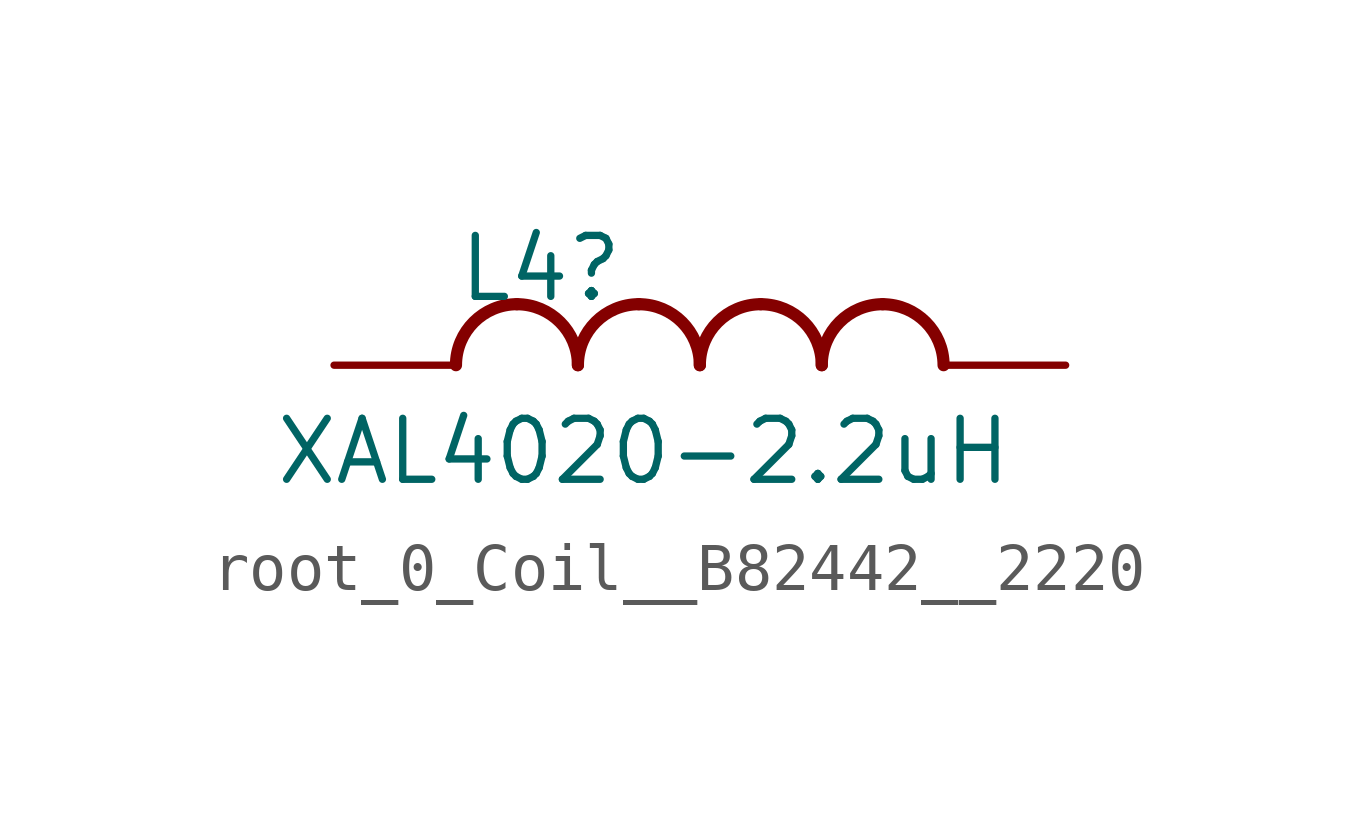
<source format=kicad_sym>
(kicad_symbol_lib
  (version 20220914)
  (generator kicad_symbol_editor)
  (symbol "root_0_Coil__B82442__2220"
    (property "Reference" "L4"
      (at 0 -1.27 0)
      (effects (font (size 1.27 1.27)) (justify left bottom)))
    (property "Value" "XAL4020-2.2uH"
      (at -3.81 -5.08 0)
      (effects (font (size 1.27 1.27)) (justify left bottom)))
    (symbol "root_0_Coil__B82442__2220_1_0"
      (arc (start 1.27 -1.27) (mid 0.372 -1.642) (end 0 -2.54) (stroke (width 0.254) (type solid)) (fill (type none)))
      (arc (start 2.54 -2.54) (mid 2.168 -1.642) (end 1.27 -1.27) (stroke (width 0.254) (type solid)) (fill (type none)))
      (arc (start 3.81 -1.27) (mid 2.912 -1.642) (end 2.54 -2.54) (stroke (width 0.254) (type solid)) (fill (type none)))
      (arc (start 5.08 -2.54) (mid 4.708 -1.642) (end 3.81 -1.27) (stroke (width 0.254) (type solid)) (fill (type none)))
      (arc (start 6.35 -1.27) (mid 5.452 -1.642) (end 5.08 -2.54) (stroke (width 0.254) (type solid)) (fill (type none)))
      (arc (start 7.62 -2.54) (mid 7.248 -1.642) (end 6.35 -1.27) (stroke (width 0.254) (type solid)) (fill (type none)))
      (arc (start 8.89 -1.27) (mid 7.992 -1.642) (end 7.62 -2.54) (stroke (width 0.254) (type solid)) (fill (type none)))
      (arc (start 10.16 -2.54) (mid 9.788 -1.642) (end 8.89 -1.27) (stroke (width 0.254) (type solid)) (fill (type none)))
      (pin passive line (at -2.54 -2.54 0) (length 2.54) (name "1" (effects (font (size 0 0)))) (number "1" (effects (font (size 0 0)))))
      (pin passive line (at 12.7 -2.54 180) (length 2.54) (name "2" (effects (font (size 0 0)))) (number "2" (effects (font (size 0 0))))))))
</source>
